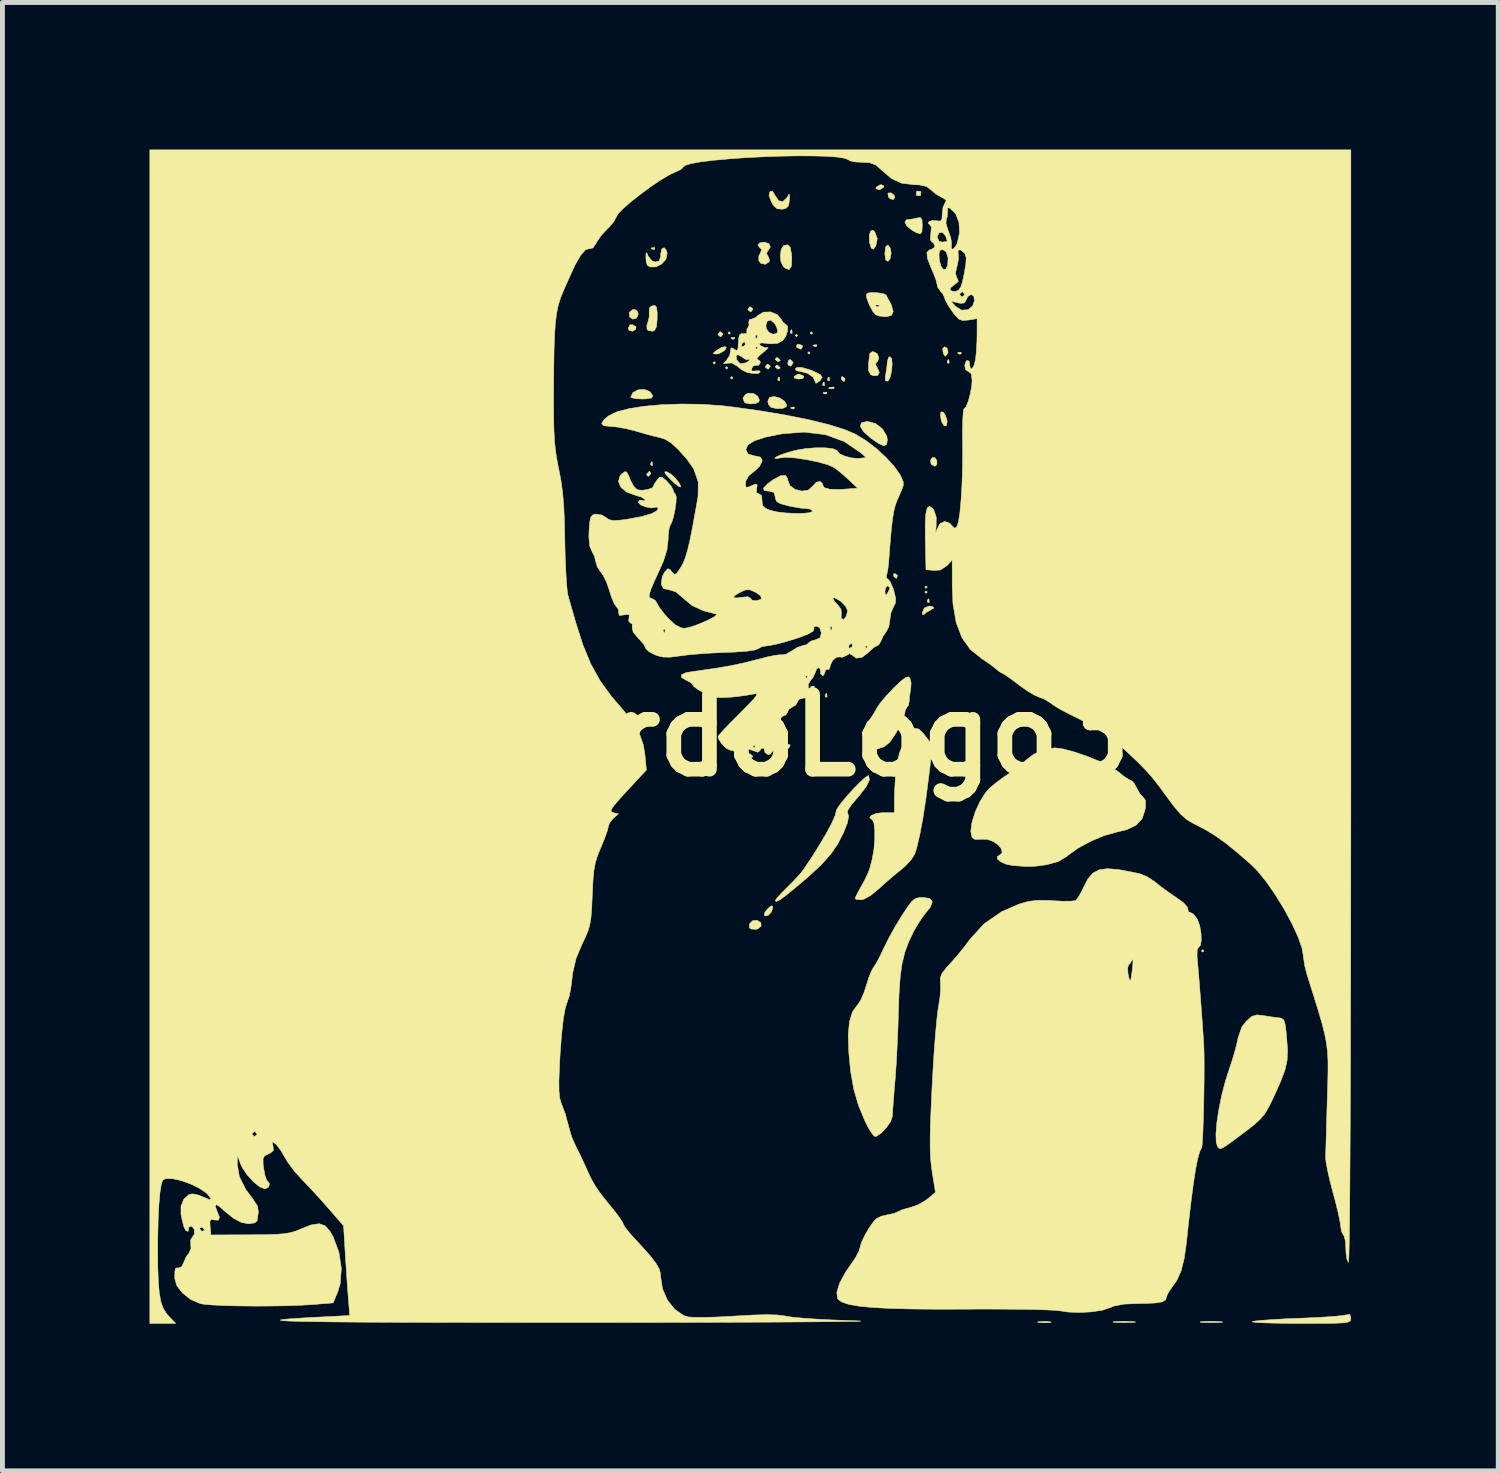
<source format=kicad_pcb>
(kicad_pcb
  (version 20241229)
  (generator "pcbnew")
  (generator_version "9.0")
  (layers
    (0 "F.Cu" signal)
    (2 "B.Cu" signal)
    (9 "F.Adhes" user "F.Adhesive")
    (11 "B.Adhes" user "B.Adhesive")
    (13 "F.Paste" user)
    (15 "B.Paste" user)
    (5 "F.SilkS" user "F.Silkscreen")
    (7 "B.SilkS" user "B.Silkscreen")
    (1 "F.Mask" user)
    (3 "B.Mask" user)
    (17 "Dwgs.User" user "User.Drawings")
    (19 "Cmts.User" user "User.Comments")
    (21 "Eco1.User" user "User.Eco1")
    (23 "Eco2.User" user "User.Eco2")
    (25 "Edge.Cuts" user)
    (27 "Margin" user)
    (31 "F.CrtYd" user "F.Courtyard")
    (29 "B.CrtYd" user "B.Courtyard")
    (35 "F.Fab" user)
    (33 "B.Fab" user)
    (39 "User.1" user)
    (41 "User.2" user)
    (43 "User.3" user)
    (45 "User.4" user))
  (footprint "RicardoLogo3"
    (layer "F.Cu")
    (at 12.248 11.943)
    (property "Reference" "RicardoLogo3" (at 0 0 0) (layer "F.SilkS") (effects (font (size 1.524 1.524) (thickness 0.3))))
    (attr through_hole)
    (fp_poly (pts (xy -0.711 -7.595) (xy -0.737 -7.569) (xy -0.762 -7.595) (xy -0.737 -7.62) (xy -0.711 -7.595)) (stroke (width 0.01) (type solid)) (fill yes) (layer "F.SilkS"))
    (fp_poly (pts (xy -0.457 -7.493) (xy -0.483 -7.468) (xy -0.508 -7.493) (xy -0.483 -7.518) (xy -0.457 -7.493)) (stroke (width 0.01) (type solid)) (fill yes) (layer "F.SilkS"))
    (fp_poly (pts (xy -0.406 -8.204) (xy -0.432 -8.179) (xy -0.457 -8.204) (xy -0.432 -8.23) (xy -0.406 -8.204)) (stroke (width 0.01) (type solid)) (fill yes) (layer "F.SilkS"))
    (fp_poly (pts (xy -0.356 -7.29) (xy -0.381 -7.264) (xy -0.406 -7.29) (xy -0.381 -7.315) (xy -0.356 -7.29)) (stroke (width 0.01) (type solid)) (fill yes) (layer "F.SilkS"))
    (fp_poly (pts (xy 0.66 0.076) (xy 0.635 0.102) (xy 0.61 0.076) (xy 0.635 0.051) (xy 0.66 0.076)) (stroke (width 0.01) (type solid)) (fill yes) (layer "F.SilkS"))
    (fp_poly (pts (xy 0.965 -8.153) (xy 0.94 -8.128) (xy 0.914 -8.153) (xy 0.94 -8.179) (xy 0.965 -8.153)) (stroke (width 0.01) (type solid)) (fill yes) (layer "F.SilkS"))
    (fp_poly (pts (xy 1.219 -7.798) (xy 1.194 -7.772) (xy 1.168 -7.798) (xy 1.194 -7.823) (xy 1.219 -7.798)) (stroke (width 0.01) (type solid)) (fill yes) (layer "F.SilkS"))
    (fp_poly (pts (xy 1.27 -8.204) (xy 1.245 -8.179) (xy 1.219 -8.204) (xy 1.245 -8.23) (xy 1.27 -8.204)) (stroke (width 0.01) (type solid)) (fill yes) (layer "F.SilkS"))
    (fp_poly (pts (xy 3.607 -3.023) (xy 3.581 -2.997) (xy 3.556 -3.023) (xy 3.581 -3.048) (xy 3.607 -3.023)) (stroke (width 0.01) (type solid)) (fill yes) (layer "F.SilkS"))
    (fp_poly (pts (xy 3.607 -2.921) (xy 3.581 -2.896) (xy 3.556 -2.921) (xy 3.581 -2.946) (xy 3.607 -2.921)) (stroke (width 0.01) (type solid)) (fill yes) (layer "F.SilkS"))
    (fp_poly (pts (xy 9.246 4.394) (xy 9.22 4.42) (xy 9.195 4.394) (xy 9.22 4.369) (xy 9.246 4.394)) (stroke (width 0.01) (type solid)) (fill yes) (layer "F.SilkS"))
    (fp_poly (pts (xy -1.998 -5.571) (xy -1.992 -5.511) (xy -1.998 -5.503) (xy -2.028 -5.51) (xy -2.032 -5.537) (xy -2.013 -5.579) (xy -1.998 -5.571)) (stroke (width 0.01) (type solid)) (fill yes) (layer "F.SilkS"))
    (fp_poly (pts (xy -1.947 -9.94) (xy -1.954 -9.91) (xy -1.981 -9.906) (xy -2.023 -9.925) (xy -2.015 -9.94) (xy -1.955 -9.946) (xy -1.947 -9.94)) (stroke (width 0.01) (type solid)) (fill yes) (layer "F.SilkS"))
    (fp_poly (pts (xy -0.322 -8.111) (xy -0.329 -8.081) (xy -0.356 -8.077) (xy -0.397 -8.096) (xy -0.389 -8.111) (xy -0.329 -8.117) (xy -0.322 -8.111)) (stroke (width 0.01) (type solid)) (fill yes) (layer "F.SilkS"))
    (fp_poly (pts (xy 0.593 -7.298) (xy 0.599 -7.238) (xy 0.593 -7.231) (xy 0.562 -7.238) (xy 0.559 -7.264) (xy 0.577 -7.306) (xy 0.593 -7.298)) (stroke (width 0.01) (type solid)) (fill yes) (layer "F.SilkS"))
    (fp_poly (pts (xy 0.847 -8.263) (xy 0.853 -8.203) (xy 0.847 -8.196) (xy 0.816 -8.203) (xy 0.813 -8.23) (xy 0.831 -8.271) (xy 0.847 -8.263)) (stroke (width 0.01) (type solid)) (fill yes) (layer "F.SilkS"))
    (fp_poly (pts (xy 0.897 -6.689) (xy 0.89 -6.658) (xy 0.864 -6.655) (xy 0.822 -6.673) (xy 0.83 -6.689) (xy 0.89 -6.695) (xy 0.897 -6.689)) (stroke (width 0.01) (type solid)) (fill yes) (layer "F.SilkS"))
    (fp_poly (pts (xy 1.304 -0.999) (xy 1.297 -0.969) (xy 1.27 -0.965) (xy 1.228 -0.984) (xy 1.236 -0.999) (xy 1.296 -1.005) (xy 1.304 -0.999)) (stroke (width 0.01) (type solid)) (fill yes) (layer "F.SilkS"))
    (fp_poly (pts (xy 1.355 -7.959) (xy 1.348 -7.928) (xy 1.321 -7.925) (xy 1.279 -7.943) (xy 1.287 -7.959) (xy 1.347 -7.965) (xy 1.355 -7.959)) (stroke (width 0.01) (type solid)) (fill yes) (layer "F.SilkS"))
    (fp_poly (pts (xy 1.507 -7.197) (xy 1.513 -7.136) (xy 1.507 -7.129) (xy 1.477 -7.136) (xy 1.473 -7.163) (xy 1.492 -7.205) (xy 1.507 -7.197)) (stroke (width 0.01) (type solid)) (fill yes) (layer "F.SilkS"))
    (fp_poly (pts (xy 1.558 -6.993) (xy 1.551 -6.963) (xy 1.524 -6.96) (xy 1.482 -6.978) (xy 1.49 -6.993) (xy 1.55 -7) (xy 1.558 -6.993)) (stroke (width 0.01) (type solid)) (fill yes) (layer "F.SilkS"))
    (fp_poly (pts (xy 1.558 -0.847) (xy 1.564 -0.786) (xy 1.558 -0.779) (xy 1.528 -0.786) (xy 1.524 -0.813) (xy 1.543 -0.855) (xy 1.558 -0.847)) (stroke (width 0.01) (type solid)) (fill yes) (layer "F.SilkS"))
    (fp_poly (pts (xy 1.609 -7.298) (xy 1.615 -7.238) (xy 1.609 -7.231) (xy 1.578 -7.238) (xy 1.575 -7.264) (xy 1.593 -7.306) (xy 1.609 -7.298)) (stroke (width 0.01) (type solid)) (fill yes) (layer "F.SilkS"))
    (fp_poly (pts (xy 1.713 -7.092) (xy 1.698 -7.069) (xy 1.647 -7.065) (xy 1.593 -7.078) (xy 1.616 -7.096) (xy 1.695 -7.102) (xy 1.713 -7.092)) (stroke (width 0.01) (type solid)) (fill yes) (layer "F.SilkS"))
    (fp_poly (pts (xy 3.641 -2.777) (xy 3.647 -2.717) (xy 3.641 -2.709) (xy 3.61 -2.716) (xy 3.607 -2.743) (xy 3.625 -2.785) (xy 3.641 -2.777)) (stroke (width 0.01) (type solid)) (fill yes) (layer "F.SilkS"))
    (fp_poly (pts (xy 4.047 -7.654) (xy 4.053 -7.594) (xy 4.047 -7.586) (xy 4.017 -7.593) (xy 4.013 -7.62) (xy 4.032 -7.662) (xy 4.047 -7.654)) (stroke (width 0.01) (type solid)) (fill yes) (layer "F.SilkS"))
    (fp_poly (pts (xy 4.301 -7.806) (xy 4.294 -7.776) (xy 4.267 -7.772) (xy 4.225 -7.791) (xy 4.233 -7.806) (xy 4.294 -7.812) (xy 4.301 -7.806)) (stroke (width 0.01) (type solid)) (fill yes) (layer "F.SilkS"))
    (fp_poly (pts (xy -2.329 -8.33) (xy -2.341 -8.272) (xy -2.41 -8.239) (xy -2.478 -8.263) (xy -2.489 -8.306) (xy -2.453 -8.37) (xy -2.4 -8.372) (xy -2.329 -8.33)) (stroke (width 0.01) (type solid)) (fill yes) (layer "F.SilkS"))
    (fp_poly (pts (xy -2.3 -8.645) (xy -2.286 -8.585) (xy -2.322 -8.503) (xy -2.399 -8.486) (xy -2.464 -8.534) (xy -2.47 -8.62) (xy -2.404 -8.679) (xy -2.359 -8.687) (xy -2.3 -8.645)) (stroke (width 0.01) (type solid)) (fill yes) (layer "F.SilkS"))
    (fp_poly (pts (xy -2.033 -5.345) (xy -2.032 -5.334) (xy -2.071 -5.285) (xy -2.086 -5.283) (xy -2.116 -5.314) (xy -2.108 -5.334) (xy -2.063 -5.382) (xy -2.054 -5.385) (xy -2.033 -5.345)) (stroke (width 0.01) (type solid)) (fill yes) (layer "F.SilkS"))
    (fp_poly (pts (xy -0.56 -8.191) (xy -0.559 -8.179) (xy -0.597 -8.129) (xy -0.61 -8.128) (xy -0.659 -8.167) (xy -0.66 -8.179) (xy -0.622 -8.228) (xy -0.61 -8.23) (xy -0.56 -8.191)) (stroke (width 0.01) (type solid)) (fill yes) (layer "F.SilkS"))
    (fp_poly (pts (xy 0 0.381) (xy 0.048 0.427) (xy 0.051 0.435) (xy 0.011 0.457) (xy 0 0.457) (xy -0.049 0.418) (xy -0.051 0.403) (xy -0.02 0.373) (xy 0 0.381)) (stroke (width 0.01) (type solid)) (fill yes) (layer "F.SilkS"))
    (fp_poly (pts (xy 0.049 -8.699) (xy 0.051 -8.687) (xy 0.012 -8.637) (xy 0 -8.636) (xy -0.049 -8.675) (xy -0.051 -8.687) (xy -0.012 -8.736) (xy 0 -8.738) (xy 0.049 -8.699)) (stroke (width 0.01) (type solid)) (fill yes) (layer "F.SilkS"))
    (fp_poly (pts (xy 0.405 -7.531) (xy 0.406 -7.518) (xy 0.368 -7.469) (xy 0.356 -7.468) (xy 0.306 -7.506) (xy 0.305 -7.518) (xy 0.343 -7.568) (xy 0.356 -7.569) (xy 0.405 -7.531)) (stroke (width 0.01) (type solid)) (fill yes) (layer "F.SilkS"))
    (fp_poly (pts (xy 0.559 -7.696) (xy 0.607 -7.651) (xy 0.61 -7.642) (xy 0.57 -7.621) (xy 0.559 -7.62) (xy 0.51 -7.659) (xy 0.508 -7.674) (xy 0.539 -7.704) (xy 0.559 -7.696)) (stroke (width 0.01) (type solid)) (fill yes) (layer "F.SilkS"))
    (fp_poly (pts (xy 0.559 -7.544) (xy 0.607 -7.498) (xy 0.61 -7.49) (xy 0.57 -7.468) (xy 0.559 -7.468) (xy 0.51 -7.507) (xy 0.508 -7.521) (xy 0.539 -7.552) (xy 0.559 -7.544)) (stroke (width 0.01) (type solid)) (fill yes) (layer "F.SilkS"))
    (fp_poly (pts (xy 0.812 0.197) (xy 0.789 0.251) (xy 0.715 0.299) (xy 0.673 0.305) (xy 0.624 0.296) (xy 0.657 0.256) (xy 0.689 0.233) (xy 0.779 0.182) (xy 0.812 0.197)) (stroke (width 0.01) (type solid)) (fill yes) (layer "F.SilkS"))
    (fp_poly (pts (xy 0.869 -7.609) (xy 0.871 -7.595) (xy 0.832 -7.535) (xy 0.817 -7.528) (xy 0.77 -7.553) (xy 0.762 -7.595) (xy 0.788 -7.658) (xy 0.817 -7.661) (xy 0.869 -7.609)) (stroke (width 0.01) (type solid)) (fill yes) (layer "F.SilkS"))
    (fp_poly (pts (xy 1.057 -7.949) (xy 1.067 -7.925) (xy 1.03 -7.875) (xy 1.019 -7.874) (xy 0.95 -7.911) (xy 0.94 -7.925) (xy 0.951 -7.968) (xy 0.988 -7.976) (xy 1.057 -7.949)) (stroke (width 0.01) (type solid)) (fill yes) (layer "F.SilkS"))
    (fp_poly (pts (xy 1.076 -7.334) (xy 1.092 -7.315) (xy 1.074 -7.278) (xy 0.991 -7.264) (xy 0.902 -7.28) (xy 0.889 -7.315) (xy 0.963 -7.362) (xy 0.991 -7.366) (xy 1.076 -7.334)) (stroke (width 0.01) (type solid)) (fill yes) (layer "F.SilkS"))
    (fp_poly (pts (xy 1.928 -7.278) (xy 1.93 -7.264) (xy 1.913 -7.215) (xy 1.908 -7.214) (xy 1.865 -7.249) (xy 1.854 -7.264) (xy 1.858 -7.311) (xy 1.877 -7.315) (xy 1.928 -7.278)) (stroke (width 0.01) (type solid)) (fill yes) (layer "F.SilkS"))
    (fp_poly (pts (xy 2.723 -11.201) (xy 2.718 -11.176) (xy 2.645 -11.13) (xy 2.61 -11.125) (xy 2.56 -11.151) (xy 2.565 -11.176) (xy 2.639 -11.222) (xy 2.673 -11.227) (xy 2.723 -11.201)) (stroke (width 0.01) (type solid)) (fill yes) (layer "F.SilkS"))
    (fp_poly (pts (xy 2.931 -11.013) (xy 2.946 -10.97) (xy 2.914 -10.925) (xy 2.85 -10.941) (xy 2.817 -10.976) (xy 2.804 -11.045) (xy 2.811 -11.057) (xy 2.87 -11.061) (xy 2.931 -11.013)) (stroke (width 0.01) (type solid)) (fill yes) (layer "F.SilkS"))
    (fp_poly (pts (xy 2.995 -3.265) (xy 2.997 -3.251) (xy 2.98 -3.202) (xy 2.975 -3.2) (xy 2.931 -3.236) (xy 2.921 -3.251) (xy 2.925 -3.298) (xy 2.943 -3.302) (xy 2.995 -3.265)) (stroke (width 0.01) (type solid)) (fill yes) (layer "F.SilkS"))
    (fp_poly (pts (xy 3.466 -11.092) (xy 3.477 -11.079) (xy 3.472 -11.012) (xy 3.459 -11.001) (xy 3.392 -11.006) (xy 3.381 -11.019) (xy 3.386 -11.086) (xy 3.399 -11.097) (xy 3.466 -11.092)) (stroke (width 0.01) (type solid)) (fill yes) (layer "F.SilkS"))
    (fp_poly (pts (xy 3.763 -5.662) (xy 3.804 -5.599) (xy 3.803 -5.523) (xy 3.762 -5.486) (xy 3.693 -5.523) (xy 3.683 -5.537) (xy 3.673 -5.613) (xy 3.713 -5.665) (xy 3.763 -5.662)) (stroke (width 0.01) (type solid)) (fill yes) (layer "F.SilkS"))
    (fp_poly (pts (xy 4.012 -7.896) (xy 4.031 -7.814) (xy 4.014 -7.773) (xy 3.972 -7.729) (xy 3.938 -7.777) (xy 3.933 -7.789) (xy 3.921 -7.882) (xy 3.957 -7.923) (xy 4.012 -7.896)) (stroke (width 0.01) (type solid)) (fill yes) (layer "F.SilkS"))
    (fp_poly (pts (xy 6.109 11.953) (xy 6.133 11.966) (xy 6.069 11.973) (xy 5.994 11.975) (xy 5.885 11.971) (xy 5.854 11.961) (xy 5.88 11.953) (xy 6.028 11.945) (xy 6.109 11.953)) (stroke (width 0.01) (type solid)) (fill yes) (layer "F.SilkS"))
    (fp_poly (pts (xy -0.489 -7.904) (xy -0.526 -7.849) (xy -0.631 -7.786) (xy -0.695 -7.774) (xy -0.756 -7.781) (xy -0.737 -7.812) (xy -0.689 -7.85) (xy -0.588 -7.91) (xy -0.514 -7.927) (xy -0.489 -7.904)) (stroke (width 0.01) (type solid)) (fill yes) (layer "F.SilkS"))
    (fp_poly (pts (xy 0.214 3.816) (xy 0.219 3.889) (xy 0.151 3.945) (xy 0.119 3.953) (xy 0.021 3.948) (xy -0.017 3.925) (xy -0.02 3.845) (xy 0.043 3.781) (xy 0.133 3.768) (xy 0.214 3.816)) (stroke (width 0.01) (type solid)) (fill yes) (layer "F.SilkS"))
    (fp_poly (pts (xy 0.455 3.487) (xy 0.457 3.517) (xy 0.429 3.601) (xy 0.368 3.666) (xy 0.305 3.683) (xy 0.285 3.667) (xy 0.297 3.603) (xy 0.357 3.53) (xy 0.43 3.473) (xy 0.455 3.487)) (stroke (width 0.01) (type solid)) (fill yes) (layer "F.SilkS"))
    (fp_poly (pts (xy 3.719 -2.627) (xy 3.74 -2.595) (xy 3.683 -2.562) (xy 3.583 -2.505) (xy 3.544 -2.468) (xy 3.513 -2.458) (xy 3.506 -2.503) (xy 3.547 -2.597) (xy 3.646 -2.638) (xy 3.719 -2.627)) (stroke (width 0.01) (type solid)) (fill yes) (layer "F.SilkS"))
    (fp_poly (pts (xy 2.539 -10.262) (xy 2.588 -10.126) (xy 2.56 -9.986) (xy 2.511 -9.912) (xy 2.464 -9.935) (xy 2.429 -10.048) (xy 2.428 -10.057) (xy 2.424 -10.194) (xy 2.451 -10.282) (xy 2.499 -10.301) (xy 2.539 -10.262)) (stroke (width 0.01) (type solid)) (fill yes) (layer "F.SilkS"))
    (fp_poly (pts (xy 2.807 -9.995) (xy 2.853 -9.934) (xy 2.87 -9.83) (xy 2.85 -9.719) (xy 2.807 -9.665) (xy 2.761 -9.69) (xy 2.743 -9.809) (xy 2.743 -9.83) (xy 2.757 -9.96) (xy 2.8 -9.997) (xy 2.807 -9.995)) (stroke (width 0.01) (type solid)) (fill yes) (layer "F.SilkS"))
    (fp_poly (pts (xy 3.932 -6.59) (xy 3.98 -6.519) (xy 4.01 -6.419) (xy 4.012 -6.388) (xy 3.994 -6.309) (xy 3.949 -6.312) (xy 3.902 -6.39) (xy 3.889 -6.432) (xy 3.875 -6.541) (xy 3.886 -6.596) (xy 3.932 -6.59)) (stroke (width 0.01) (type solid)) (fill yes) (layer "F.SilkS"))
    (fp_poly (pts (xy 7.811 11.952) (xy 7.855 11.961) (xy 7.809 11.968) (xy 7.682 11.971) (xy 7.62 11.972) (xy 7.467 11.97) (xy 7.391 11.964) (xy 7.403 11.955) (xy 7.429 11.952) (xy 7.62 11.944) (xy 7.811 11.952)) (stroke (width 0.01) (type solid)) (fill yes) (layer "F.SilkS"))
    (fp_poly (pts (xy 9.588 11.952) (xy 9.633 11.961) (xy 9.587 11.968) (xy 9.46 11.971) (xy 9.398 11.972) (xy 9.245 11.97) (xy 9.169 11.964) (xy 9.181 11.955) (xy 9.207 11.952) (xy 9.398 11.944) (xy 9.588 11.952)) (stroke (width 0.01) (type solid)) (fill yes) (layer "F.SilkS"))
    (fp_poly (pts (xy -1.63 -5.335) (xy -1.539 -5.253) (xy -1.461 -5.16) (xy -1.421 -5.085) (xy -1.426 -5.062) (xy -1.471 -5.082) (xy -1.562 -5.157) (xy -1.626 -5.217) (xy -1.723 -5.321) (xy -1.747 -5.371) (xy -1.707 -5.376) (xy -1.63 -5.335)) (stroke (width 0.01) (type solid)) (fill yes) (layer "F.SilkS"))
    (fp_poly (pts (xy 0.065 -6.971) (xy 0.151 -6.915) (xy 0.184 -6.836) (xy 0.173 -6.8) (xy 0.105 -6.766) (xy -0.006 -6.758) (xy -0.101 -6.778) (xy -0.119 -6.79) (xy -0.152 -6.876) (xy -0.099 -6.952) (xy -0.038 -6.978) (xy 0.065 -6.971)) (stroke (width 0.01) (type solid)) (fill yes) (layer "F.SilkS"))
    (fp_poly (pts (xy -2.055 -7.012) (xy -2.042 -7) (xy -1.987 -6.923) (xy -2.016 -6.878) (xy -2.135 -6.86) (xy -2.21 -6.858) (xy -2.346 -6.866) (xy -2.428 -6.887) (xy -2.438 -6.899) (xy -2.395 -6.988) (xy -2.292 -7.044) (xy -2.166 -7.055) (xy -2.055 -7.012)) (stroke (width 0.01) (type solid)) (fill yes) (layer "F.SilkS"))
    (fp_poly (pts (xy 0.594 -6.882) (xy 0.692 -6.818) (xy 0.741 -6.742) (xy 0.734 -6.702) (xy 0.663 -6.667) (xy 0.542 -6.662) (xy 0.419 -6.688) (xy 0.419 -6.688) (xy 0.366 -6.754) (xy 0.356 -6.811) (xy 0.389 -6.889) (xy 0.479 -6.909) (xy 0.594 -6.882)) (stroke (width 0.01) (type solid)) (fill yes) (layer "F.SilkS"))
    (fp_poly (pts (xy 0.812 -9.953) (xy 0.837 -9.827) (xy 0.845 -9.727) (xy 0.838 -9.567) (xy 0.793 -9.498) (xy 0.713 -9.523) (xy 0.671 -9.561) (xy 0.623 -9.658) (xy 0.61 -9.791) (xy 0.631 -9.915) (xy 0.683 -9.988) (xy 0.688 -9.99) (xy 0.765 -10.002) (xy 0.812 -9.953)) (stroke (width 0.01) (type solid)) (fill yes) (layer "F.SilkS"))
    (fp_poly (pts (xy 2.552 -6.358) (xy 2.692 -6.25) (xy 2.78 -6.106) (xy 2.794 -6.022) (xy 2.777 -5.929) (xy 2.72 -5.905) (xy 2.612 -5.952) (xy 2.454 -6.062) (xy 2.306 -6.195) (xy 2.242 -6.3) (xy 2.263 -6.371) (xy 2.371 -6.4) (xy 2.39 -6.401) (xy 2.552 -6.358)) (stroke (width 0.01) (type solid)) (fill yes) (layer "F.SilkS"))
    (fp_poly (pts (xy 2.881 -7.679) (xy 2.891 -7.573) (xy 2.881 -7.44) (xy 2.855 -7.316) (xy 2.816 -7.235) (xy 2.799 -7.223) (xy 2.754 -7.229) (xy 2.75 -7.302) (xy 2.761 -7.366) (xy 2.784 -7.512) (xy 2.794 -7.626) (xy 2.818 -7.705) (xy 2.848 -7.722) (xy 2.881 -7.679)) (stroke (width 0.01) (type solid)) (fill yes) (layer "F.SilkS"))
    (fp_poly (pts (xy 3.499 -10.513) (xy 3.505 -10.395) (xy 3.498 -10.269) (xy 3.463 -10.225) (xy 3.378 -10.253) (xy 3.289 -10.304) (xy 3.19 -10.386) (xy 3.15 -10.462) (xy 3.178 -10.51) (xy 3.213 -10.516) (xy 3.311 -10.529) (xy 3.391 -10.548) (xy 3.467 -10.557) (xy 3.499 -10.513)) (stroke (width 0.01) (type solid)) (fill yes) (layer "F.SilkS"))
    (fp_poly (pts (xy -1.912 -8.727) (xy -1.899 -8.619) (xy -1.9 -8.484) (xy -1.915 -8.33) (xy -1.955 -8.255) (xy -1.989 -8.24) (xy -2.079 -8.253) (xy -2.106 -8.277) (xy -2.111 -8.359) (xy -2.088 -8.424) (xy -2.058 -8.551) (xy -2.064 -8.621) (xy -2.055 -8.721) (xy -2.012 -8.754) (xy -1.947 -8.766) (xy -1.912 -8.727)) (stroke (width 0.01) (type solid)) (fill yes) (layer "F.SilkS"))
    (fp_poly (pts (xy 1.067 -7.497) (xy 1.226 -7.449) (xy 1.308 -7.415) (xy 1.431 -7.351) (xy 1.466 -7.298) (xy 1.422 -7.235) (xy 1.397 -7.214) (xy 1.336 -7.176) (xy 1.321 -7.214) (xy 1.321 -7.214) (xy 1.277 -7.305) (xy 1.169 -7.38) (xy 1.036 -7.415) (xy 1.029 -7.415) (xy 0.939 -7.436) (xy 0.914 -7.469) (xy 0.956 -7.505) (xy 1.067 -7.497)) (stroke (width 0.01) (type solid)) (fill yes) (layer "F.SilkS"))
    (fp_poly (pts (xy 2.584 -7.785) (xy 2.619 -7.703) (xy 2.597 -7.626) (xy 2.583 -7.615) (xy 2.547 -7.566) (xy 2.586 -7.499) (xy 2.629 -7.4) (xy 2.594 -7.336) (xy 2.505 -7.332) (xy 2.451 -7.357) (xy 2.409 -7.439) (xy 2.409 -7.573) (xy 2.425 -7.701) (xy 2.435 -7.781) (xy 2.435 -7.785) (xy 2.479 -7.82) (xy 2.509 -7.823) (xy 2.584 -7.785)) (stroke (width 0.01) (type solid)) (fill yes) (layer "F.SilkS"))
    (fp_poly (pts (xy 0.377 -10.027) (xy 0.409 -9.957) (xy 0.36 -9.883) (xy 0.353 -9.879) (xy 0.33 -9.822) (xy 0.358 -9.777) (xy 0.391 -9.692) (xy 0.382 -9.654) (xy 0.304 -9.604) (xy 0.213 -9.625) (xy 0.171 -9.678) (xy 0.174 -9.779) (xy 0.2 -9.826) (xy 0.23 -9.901) (xy 0.206 -9.93) (xy 0.153 -9.993) (xy 0.189 -10.042) (xy 0.279 -10.058) (xy 0.377 -10.027)) (stroke (width 0.01) (type solid)) (fill yes) (layer "F.SilkS"))
    (fp_poly (pts (xy -1.71 -9.884) (xy -1.696 -9.828) (xy -1.72 -9.71) (xy -1.807 -9.612) (xy -1.925 -9.552) (xy -2.043 -9.55) (xy -2.1 -9.584) (xy -2.124 -9.656) (xy -2.13 -9.749) (xy -2.126 -9.84) (xy -2.109 -9.833) (xy -2.081 -9.766) (xy -2.004 -9.674) (xy -1.932 -9.652) (xy -1.857 -9.674) (xy -1.83 -9.76) (xy -1.829 -9.809) (xy -1.806 -9.918) (xy -1.757 -9.944) (xy -1.71 -9.884)) (stroke (width 0.01) (type solid)) (fill yes) (layer "F.SilkS"))
    (fp_poly (pts (xy 0.503 -11.01) (xy 0.505 -11.006) (xy 0.578 -10.899) (xy 0.665 -10.886) (xy 0.75 -10.966) (xy 0.778 -11.024) (xy 0.795 -11.031) (xy 0.8 -10.956) (xy 0.798 -10.922) (xy 0.779 -10.799) (xy 0.724 -10.744) (xy 0.651 -10.728) (xy 0.544 -10.737) (xy 0.467 -10.81) (xy 0.43 -10.874) (xy 0.38 -11.009) (xy 0.4 -11.088) (xy 0.4 -11.089) (xy 0.452 -11.097) (xy 0.503 -11.01)) (stroke (width 0.01) (type solid)) (fill yes) (layer "F.SilkS"))
    (fp_poly (pts (xy 2.608 -9.022) (xy 2.717 -9.003) (xy 2.765 -8.981) (xy 2.874 -8.779) (xy 2.912 -8.642) (xy 2.878 -8.564) (xy 2.773 -8.535) (xy 2.752 -8.535) (xy 2.627 -8.55) (xy 2.555 -8.575) (xy 2.497 -8.644) (xy 2.43 -8.768) (xy 2.428 -8.771) (xy 2.557 -8.771) (xy 2.564 -8.741) (xy 2.591 -8.738) (xy 2.633 -8.756) (xy 2.625 -8.771) (xy 2.564 -8.778) (xy 2.557 -8.771) (xy 2.428 -8.771) (xy 2.414 -8.804) (xy 2.368 -8.93) (xy 2.368 -8.994) (xy 2.404 -9.021) (xy 2.488 -9.03) (xy 2.608 -9.022)) (stroke (width 0.01) (type solid)) (fill yes) (layer "F.SilkS"))
    (fp_poly (pts (xy 12.243 11.877) (xy 12.243 11.882) (xy 12.24 11.918) (xy 12.222 11.945) (xy 12.176 11.964) (xy 12.09 11.977) (xy 11.95 11.984) (xy 11.742 11.988) (xy 11.455 11.989) (xy 11.218 11.989) (xy 10.911 11.987) (xy 10.644 11.982) (xy 10.432 11.975) (xy 10.289 11.966) (xy 10.23 11.956) (xy 10.23 11.953) (xy 10.29 11.94) (xy 10.434 11.925) (xy 10.646 11.91) (xy 10.909 11.895) (xy 11.165 11.885) (xy 11.463 11.872) (xy 11.729 11.857) (xy 11.946 11.841) (xy 12.095 11.825) (xy 12.154 11.814) (xy 12.223 11.805) (xy 12.243 11.877)) (stroke (width 0.01) (type solid)) (fill yes) (layer "F.SilkS"))
    (fp_poly (pts (xy 3.253 -1.168) (xy 3.278 -1.066) (xy 3.268 -0.94) (xy 3.245 -0.8) (xy 3.24 -0.7) (xy 3.22 -0.608) (xy 3.197 -0.582) (xy 3.157 -0.512) (xy 3.15 -0.456) (xy 3.121 -0.346) (xy 3.047 -0.185) (xy 2.941 -0.004) (xy 2.845 0.136) (xy 2.73 0.23) (xy 2.587 0.278) (xy 2.459 0.266) (xy 2.444 0.257) (xy 2.398 0.176) (xy 2.409 0.074) (xy 2.415 -0.057) (xy 2.379 -0.107) (xy 2.347 -0.154) (xy 2.38 -0.237) (xy 2.415 -0.289) (xy 2.509 -0.434) (xy 2.585 -0.566) (xy 2.654 -0.668) (xy 2.774 -0.81) (xy 2.918 -0.962) (xy 2.929 -0.973) (xy 3.073 -1.11) (xy 3.166 -1.181) (xy 3.222 -1.195) (xy 3.253 -1.168)) (stroke (width 0.01) (type solid)) (fill yes) (layer "F.SilkS"))
    (fp_poly (pts (xy 10.453 5.712) (xy 10.616 5.738) (xy 10.76 5.756) (xy 10.77 5.756) (xy 10.835 5.768) (xy 10.876 5.805) (xy 10.903 5.89) (xy 10.923 6.045) (xy 10.933 6.147) (xy 10.952 6.416) (xy 10.943 6.627) (xy 10.9 6.822) (xy 10.817 7.041) (xy 10.787 7.112) (xy 10.669 7.373) (xy 10.577 7.564) (xy 10.493 7.706) (xy 10.4 7.82) (xy 10.282 7.929) (xy 10.121 8.055) (xy 10.003 8.144) (xy 9.816 8.283) (xy 9.693 8.371) (xy 9.618 8.415) (xy 9.574 8.425) (xy 9.545 8.41) (xy 9.533 8.399) (xy 9.499 8.304) (xy 9.492 8.132) (xy 9.51 7.901) (xy 9.551 7.629) (xy 9.61 7.337) (xy 9.687 7.043) (xy 9.76 6.815) (xy 9.834 6.592) (xy 9.895 6.379) (xy 9.935 6.212) (xy 9.941 6.172) (xy 10.021 5.943) (xy 10.115 5.823) (xy 10.226 5.728) (xy 10.328 5.698) (xy 10.453 5.712)) (stroke (width 0.01) (type solid)) (fill yes) (layer "F.SilkS"))
    (fp_poly (pts (xy 2.429 0.906) (xy 2.361 1.047) (xy 2.208 1.243) (xy 2.161 1.296) (xy 2.053 1.426) (xy 1.988 1.525) (xy 1.979 1.574) (xy 1.979 1.574) (xy 2.005 1.646) (xy 1.977 1.788) (xy 1.9 1.983) (xy 1.783 2.21) (xy 1.641 2.419) (xy 1.444 2.639) (xy 1.175 2.888) (xy 1.145 2.914) (xy 0.898 3.122) (xy 0.719 3.267) (xy 0.599 3.354) (xy 0.531 3.387) (xy 0.508 3.373) (xy 0.508 3.369) (xy 0.542 3.317) (xy 0.632 3.218) (xy 0.75 3.1) (xy 0.891 2.958) (xy 1.014 2.824) (xy 1.079 2.743) (xy 1.253 2.483) (xy 1.414 2.226) (xy 1.553 1.99) (xy 1.66 1.789) (xy 1.728 1.638) (xy 1.748 1.554) (xy 1.747 1.549) (xy 1.77 1.492) (xy 1.845 1.387) (xy 1.956 1.253) (xy 2.084 1.11) (xy 2.212 0.978) (xy 2.321 0.875) (xy 2.394 0.823) (xy 2.412 0.822) (xy 2.429 0.906)) (stroke (width 0.01) (type solid)) (fill yes) (layer "F.SilkS"))
    (fp_poly (pts (xy 3.435 -0.129) (xy 3.529 -0.037) (xy 3.578 0.025) (xy 3.713 0.203) (xy 3.636 0.851) (xy 3.579 1.288) (xy 3.519 1.681) (xy 3.456 2.016) (xy 3.396 2.277) (xy 3.354 2.413) (xy 3.28 2.533) (xy 3.157 2.667) (xy 3.084 2.728) (xy 2.926 2.856) (xy 2.743 3.014) (xy 2.625 3.122) (xy 2.454 3.263) (xy 2.314 3.341) (xy 2.256 3.353) (xy 2.163 3.344) (xy 2.134 3.329) (xy 2.156 3.274) (xy 2.212 3.166) (xy 2.23 3.133) (xy 2.331 2.95) (xy 2.395 2.817) (xy 2.438 2.7) (xy 2.475 2.56) (xy 2.483 2.527) (xy 2.519 2.327) (xy 2.536 2.12) (xy 2.537 1.932) (xy 2.52 1.79) (xy 2.486 1.718) (xy 2.48 1.716) (xy 2.432 1.677) (xy 2.464 1.633) (xy 2.555 1.595) (xy 2.686 1.575) (xy 2.716 1.575) (xy 2.936 1.575) (xy 2.938 1.193) (xy 2.965 0.733) (xy 3.04 0.356) (xy 3.164 0.066) (xy 3.282 -0.089) (xy 3.36 -0.143) (xy 3.435 -0.129)) (stroke (width 0.01) (type solid)) (fill yes) (layer "F.SilkS"))
    (fp_poly (pts (xy 3.659 3.325) (xy 3.71 3.392) (xy 3.669 3.503) (xy 3.588 3.604) (xy 3.495 3.725) (xy 3.389 3.891) (xy 3.334 3.988) (xy 3.229 4.206) (xy 3.15 4.42) (xy 3.093 4.653) (xy 3.055 4.924) (xy 3.032 5.255) (xy 3.019 5.632) (xy 3.009 5.974) (xy 2.993 6.337) (xy 2.975 6.684) (xy 2.955 6.979) (xy 2.948 7.055) (xy 2.928 7.3) (xy 2.911 7.518) (xy 2.9 7.683) (xy 2.896 7.764) (xy 2.862 7.867) (xy 2.778 7.992) (xy 2.673 8.104) (xy 2.574 8.172) (xy 2.541 8.179) (xy 2.493 8.136) (xy 2.42 8.024) (xy 2.338 7.866) (xy 2.336 7.861) (xy 2.203 7.538) (xy 2.109 7.215) (xy 2.045 6.856) (xy 2.008 6.469) (xy 1.996 6.112) (xy 2.02 5.839) (xy 2.082 5.637) (xy 2.184 5.495) (xy 2.193 5.486) (xy 2.251 5.398) (xy 2.316 5.247) (xy 2.362 5.105) (xy 2.418 4.931) (xy 2.476 4.789) (xy 2.515 4.724) (xy 2.57 4.64) (xy 2.647 4.495) (xy 2.718 4.343) (xy 2.815 4.148) (xy 2.943 3.915) (xy 3.077 3.693) (xy 3.091 3.671) (xy 3.209 3.493) (xy 3.293 3.384) (xy 3.364 3.327) (xy 3.441 3.306) (xy 3.518 3.303) (xy 3.659 3.325)) (stroke (width 0.01) (type solid)) (fill yes) (layer "F.SilkS"))
    (fp_poly (pts (xy 6.379 0.277) (xy 6.61 0.339) (xy 6.868 0.427) (xy 7.122 0.53) (xy 7.341 0.637) (xy 7.493 0.736) (xy 7.501 0.742) (xy 7.624 0.84) (xy 7.721 0.902) (xy 7.754 0.913) (xy 7.81 0.956) (xy 7.871 1.059) (xy 7.874 1.068) (xy 7.94 1.188) (xy 8.009 1.261) (xy 8.01 1.262) (xy 8.054 1.321) (xy 8.057 1.44) (xy 8.047 1.516) (xy 7.988 1.698) (xy 7.868 1.829) (xy 7.674 1.922) (xy 7.46 1.974) (xy 7.212 2.044) (xy 6.938 2.159) (xy 6.678 2.3) (xy 6.473 2.447) (xy 6.449 2.468) (xy 6.279 2.571) (xy 6.043 2.636) (xy 5.879 2.66) (xy 5.75 2.672) (xy 5.617 2.672) (xy 5.437 2.66) (xy 5.351 2.653) (xy 5.213 2.626) (xy 5.101 2.576) (xy 5.035 2.519) (xy 5.036 2.469) (xy 5.067 2.451) (xy 5.132 2.397) (xy 5.123 2.32) (xy 5.057 2.236) (xy 4.953 2.163) (xy 4.829 2.119) (xy 4.715 2.118) (xy 4.576 2.12) (xy 4.521 2.082) (xy 4.494 1.957) (xy 4.518 1.776) (xy 4.582 1.567) (xy 4.678 1.355) (xy 4.795 1.169) (xy 4.877 1.076) (xy 4.992 0.979) (xy 5.151 0.861) (xy 5.258 0.789) (xy 5.416 0.678) (xy 5.552 0.569) (xy 5.612 0.511) (xy 5.779 0.382) (xy 5.995 0.289) (xy 6.205 0.254) (xy 6.379 0.277)) (stroke (width 0.01) (type solid)) (fill yes) (layer "F.SilkS"))
    (fp_poly (pts (xy 0.548 -8.579) (xy 0.61 -8.509) (xy 0.672 -8.417) (xy 0.72 -8.382) (xy 0.76 -8.343) (xy 0.759 -8.251) (xy 0.724 -8.142) (xy 0.662 -8.053) (xy 0.555 -7.992) (xy 0.407 -7.984) (xy 0.354 -7.99) (xy 0.228 -8.002) (xy 0.184 -7.988) (xy 0.204 -7.949) (xy 0.296 -7.904) (xy 0.347 -7.909) (xy 0.363 -7.901) (xy 0.309 -7.847) (xy 0.257 -7.805) (xy 0.165 -7.725) (xy 0.132 -7.677) (xy 0.143 -7.671) (xy 0.197 -7.63) (xy 0.203 -7.596) (xy 0.168 -7.544) (xy 0.134 -7.548) (xy 0.06 -7.532) (xy 0.031 -7.49) (xy 0.025 -7.429) (xy 0.092 -7.429) (xy 0.101 -7.431) (xy 0.182 -7.434) (xy 0.203 -7.412) (xy 0.159 -7.377) (xy 0.036 -7.38) (xy -0.075 -7.403) (xy -0.19 -7.462) (xy -0.257 -7.522) (xy -0.377 -7.592) (xy -0.461 -7.588) (xy -0.544 -7.575) (xy -0.538 -7.598) (xy -0.495 -7.635) (xy -0.432 -7.729) (xy -0.292 -7.729) (xy -0.275 -7.653) (xy -0.207 -7.577) (xy -0.097 -7.594) (xy -0.051 -7.62) (xy -0.005 -7.661) (xy -0.013 -7.67) (xy -0.068 -7.658) (xy -0.116 -7.676) (xy -0.171 -7.716) (xy -0.258 -7.764) (xy -0.292 -7.729) (xy -0.432 -7.729) (xy -0.423 -7.743) (xy -0.406 -7.822) (xy -0.396 -7.9) (xy -0.352 -7.891) (xy -0.33 -7.874) (xy -0.274 -7.843) (xy -0.252 -7.892) (xy -0.251 -7.899) (xy 0.102 -7.899) (xy 0.127 -7.874) (xy 0.152 -7.899) (xy 0.127 -7.925) (xy 0.102 -7.899) (xy -0.251 -7.899) (xy -0.248 -7.944) (xy -0.245 -7.976) (xy -0.178 -7.976) (xy -0.174 -7.929) (xy -0.155 -7.925) (xy -0.104 -7.962) (xy -0.102 -7.976) (xy -0.119 -8.025) (xy -0.124 -8.026) (xy -0.167 -7.991) (xy -0.178 -7.976) (xy -0.245 -7.976) (xy -0.237 -8.097) (xy -0.228 -8.128) (xy 0.102 -8.128) (xy 0.12 -8.086) (xy 0.135 -8.094) (xy 0.142 -8.154) (xy 0.135 -8.162) (xy 0.105 -8.155) (xy 0.102 -8.128) (xy -0.228 -8.128) (xy -0.216 -8.172) (xy -0.175 -8.192) (xy -0.133 -8.188) (xy -0.071 -8.196) (xy -0.072 -8.223) (xy -0.069 -8.291) (xy -0.054 -8.304) (xy -0.031 -8.357) (xy 0.316 -8.357) (xy 0.329 -8.286) (xy 0.384 -8.212) (xy 0.467 -8.179) (xy 0.538 -8.196) (xy 0.559 -8.245) (xy 0.531 -8.336) (xy 0.486 -8.41) (xy 0.407 -8.468) (xy 0.343 -8.444) (xy 0.316 -8.357) (xy -0.031 -8.357) (xy -0.025 -8.37) (xy -0.033 -8.409) (xy -0.024 -8.473) (xy 0.014 -8.484) (xy 0.108 -8.52) (xy 0.152 -8.56) (xy 0.268 -8.629) (xy 0.414 -8.634) (xy 0.548 -8.579)) (stroke (width 0.01) (type solid)) (fill yes) (layer "F.SilkS"))
    (fp_poly (pts (xy 7.514 2.737) (xy 7.821 2.795) (xy 7.95 2.824) (xy 8.091 2.882) (xy 8.238 2.978) (xy 8.259 2.995) (xy 8.39 3.1) (xy 8.563 3.224) (xy 8.679 3.302) (xy 8.827 3.41) (xy 8.909 3.498) (xy 8.919 3.54) (xy 8.934 3.599) (xy 8.966 3.607) (xy 9.038 3.648) (xy 9.113 3.748) (xy 9.117 3.757) (xy 9.163 3.885) (xy 9.188 4.036) (xy 9.193 4.18) (xy 9.175 4.284) (xy 9.14 4.318) (xy 9.11 4.365) (xy 9.107 4.506) (xy 9.118 4.636) (xy 9.132 4.789) (xy 9.151 5.016) (xy 9.172 5.29) (xy 9.194 5.583) (xy 9.215 5.868) (xy 9.232 6.118) (xy 9.244 6.304) (xy 9.246 6.35) (xy 9.251 6.522) (xy 9.252 6.752) (xy 9.251 7.019) (xy 9.247 7.306) (xy 9.242 7.594) (xy 9.234 7.865) (xy 9.226 8.099) (xy 9.217 8.278) (xy 9.207 8.384) (xy 9.202 8.404) (xy 9.161 8.488) (xy 9.119 8.636) (xy 9.076 8.855) (xy 9.031 9.15) (xy 8.981 9.53) (xy 8.927 10) (xy 8.891 10.338) (xy 8.845 10.667) (xy 8.782 10.917) (xy 8.694 11.113) (xy 8.602 11.243) (xy 8.523 11.356) (xy 8.484 11.445) (xy 8.484 11.454) (xy 8.463 11.512) (xy 8.391 11.55) (xy 8.253 11.572) (xy 8.035 11.582) (xy 7.908 11.583) (xy 7.618 11.595) (xy 7.415 11.634) (xy 7.341 11.665) (xy 7.181 11.718) (xy 6.957 11.753) (xy 6.707 11.766) (xy 6.467 11.756) (xy 6.325 11.733) (xy 6.226 11.722) (xy 6.039 11.713) (xy 5.778 11.705) (xy 5.456 11.7) (xy 5.087 11.697) (xy 4.683 11.696) (xy 4.394 11.698) (xy 3.779 11.699) (xy 3.259 11.694) (xy 2.828 11.682) (xy 2.48 11.663) (xy 2.208 11.636) (xy 2.007 11.6) (xy 1.871 11.555) (xy 1.792 11.501) (xy 1.778 11.48) (xy 1.763 11.352) (xy 1.819 11.17) (xy 1.939 10.947) (xy 2.044 10.795) (xy 2.145 10.646) (xy 2.213 10.517) (xy 2.234 10.448) (xy 2.262 10.345) (xy 2.332 10.196) (xy 2.424 10.038) (xy 2.517 9.907) (xy 2.568 9.853) (xy 2.671 9.802) (xy 2.802 9.772) (xy 2.932 9.745) (xy 3.017 9.707) (xy 3.102 9.668) (xy 3.237 9.631) (xy 3.259 9.626) (xy 3.422 9.569) (xy 3.585 9.473) (xy 3.609 9.454) (xy 3.774 9.316) (xy 3.707 8.901) (xy 3.686 8.75) (xy 3.672 8.588) (xy 3.666 8.401) (xy 3.666 8.171) (xy 3.673 7.884) (xy 3.688 7.524) (xy 3.704 7.177) (xy 3.725 6.801) (xy 3.748 6.441) (xy 3.773 6.114) (xy 3.797 5.839) (xy 3.82 5.633) (xy 3.835 5.537) (xy 3.866 5.338) (xy 3.88 5.155) (xy 3.876 5.047) (xy 3.873 4.943) (xy 3.91 4.847) (xy 3.994 4.741) (xy 7.692 4.741) (xy 7.7 4.859) (xy 7.702 4.869) (xy 7.727 4.978) (xy 7.745 5.006) (xy 7.763 4.948) (xy 7.784 4.797) (xy 7.79 4.75) (xy 7.801 4.622) (xy 7.799 4.563) (xy 7.789 4.572) (xy 7.736 4.657) (xy 7.713 4.677) (xy 7.692 4.741) (xy 3.994 4.741) (xy 4.004 4.729) (xy 4.062 4.666) (xy 4.209 4.501) (xy 4.371 4.301) (xy 4.48 4.154) (xy 4.764 3.842) (xy 5.123 3.594) (xy 5.482 3.438) (xy 5.67 3.385) (xy 5.855 3.362) (xy 6.082 3.365) (xy 6.172 3.371) (xy 6.37 3.381) (xy 6.53 3.38) (xy 6.625 3.369) (xy 6.635 3.364) (xy 6.687 3.299) (xy 6.757 3.174) (xy 6.792 3.099) (xy 6.881 2.927) (xy 6.982 2.808) (xy 7.111 2.74) (xy 7.283 2.717) (xy 7.514 2.737)) (stroke (width 0.01) (type solid)) (fill yes) (layer "F.SilkS"))
    (fp_poly (pts (xy -0.992 -6.75) (xy -0.584 -6.722) (xy -0.406 -6.702) (xy 0.174 -6.622) (xy 0.707 -6.533) (xy 1.182 -6.438) (xy 1.588 -6.339) (xy 1.914 -6.238) (xy 2.134 -6.146) (xy 2.351 -6.015) (xy 2.566 -5.851) (xy 2.765 -5.668) (xy 2.934 -5.482) (xy 3.056 -5.31) (xy 3.118 -5.167) (xy 3.118 -5.093) (xy 3.079 -4.992) (xy 3.018 -4.848) (xy 2.996 -4.801) (xy 2.959 -4.703) (xy 2.927 -4.58) (xy 2.9 -4.418) (xy 2.874 -4.201) (xy 2.849 -3.912) (xy 2.821 -3.547) (xy 2.805 -3.394) (xy 2.783 -3.284) (xy 2.773 -3.259) (xy 2.781 -3.201) (xy 2.802 -3.189) (xy 2.85 -3.133) (xy 2.905 -3.012) (xy 2.926 -2.948) (xy 2.962 -2.798) (xy 2.959 -2.701) (xy 2.918 -2.622) (xy 2.865 -2.495) (xy 2.845 -2.355) (xy 2.824 -2.218) (xy 2.775 -2.122) (xy 2.703 -2.017) (xy 2.67 -1.941) (xy 2.624 -1.853) (xy 2.585 -1.829) (xy 2.521 -1.795) (xy 2.426 -1.71) (xy 2.405 -1.689) (xy 2.275 -1.59) (xy 2.157 -1.575) (xy 2.074 -1.64) (xy 2.018 -1.665) (xy 1.962 -1.631) (xy 1.874 -1.592) (xy 1.831 -1.599) (xy 1.757 -1.595) (xy 1.679 -1.528) (xy 1.63 -1.432) (xy 1.626 -1.398) (xy 1.602 -1.342) (xy 1.575 -1.346) (xy 1.531 -1.335) (xy 1.524 -1.298) (xy 1.496 -1.229) (xy 1.471 -1.219) (xy 1.432 -1.258) (xy 1.433 -1.292) (xy 1.418 -1.366) (xy 1.398 -1.381) (xy 1.35 -1.352) (xy 1.33 -1.295) (xy 1.277 -1.179) (xy 1.234 -1.132) (xy 1.179 -1.038) (xy 1.186 -0.917) (xy 1.198 -0.809) (xy 1.162 -0.768) (xy 1.091 -0.762) (xy 0.991 -0.736) (xy 0.965 -0.689) (xy 0.923 -0.617) (xy 0.864 -0.584) (xy 0.781 -0.528) (xy 0.762 -0.479) (xy 0.721 -0.415) (xy 0.686 -0.406) (xy 0.628 -0.367) (xy 0.611 -0.281) (xy 0.64 -0.197) (xy 0.664 -0.175) (xy 0.673 -0.126) (xy 0.612 -0.067) (xy 0.535 0.01) (xy 0.515 0.067) (xy 0.51 0.193) (xy 0.467 0.31) (xy 0.404 0.385) (xy 0.362 0.393) (xy 0.297 0.348) (xy 0.292 0.314) (xy 0.276 0.26) (xy 0.225 0.266) (xy 0.192 0.312) (xy 0.152 0.344) (xy 0.06 0.31) (xy -0.041 0.276) (xy -0.12 0.317) (xy -0.132 0.328) (xy -0.208 0.395) (xy -0.252 0.392) (xy -0.279 0.356) (xy -0.351 0.312) (xy -0.404 0.305) (xy -0.488 0.266) (xy -0.526 0.229) (xy 0.051 0.229) (xy 0.076 0.254) (xy 0.102 0.229) (xy 0.076 0.203) (xy 0.051 0.229) (xy -0.526 0.229) (xy -0.581 0.175) (xy -0.648 0.072) (xy -0.66 0.023) (xy -0.626 -0.023) (xy -0.534 -0.125) (xy -0.396 -0.267) (xy -0.228 -0.437) (xy -0.221 -0.443) (xy -0.041 -0.625) (xy 0.073 -0.746) (xy 0.127 -0.817) (xy 0.128 -0.848) (xy 0.084 -0.847) (xy 0.071 -0.844) (xy -0.061 -0.821) (xy -0.246 -0.795) (xy -0.389 -0.78) (xy -0.592 -0.768) (xy -0.746 -0.787) (xy -0.899 -0.844) (xy -0.936 -0.862) (xy -1.068 -0.934) (xy -1.153 -0.997) (xy -1.168 -1.022) (xy -1.21 -1.073) (xy -1.295 -1.118) (xy -1.401 -1.178) (xy -1.403 -1.194) (xy 1.118 -1.194) (xy 1.143 -1.168) (xy 1.168 -1.194) (xy 1.143 -1.219) (xy 1.118 -1.194) (xy -1.403 -1.194) (xy -1.408 -1.234) (xy -1.316 -1.278) (xy -1.257 -1.289) (xy -1.128 -1.308) (xy -0.936 -1.336) (xy -0.718 -1.367) (xy -0.674 -1.373) (xy -0.406 -1.42) (xy -0.107 -1.484) (xy 0.158 -1.551) (xy 0.356 -1.602) (xy 0.52 -1.635) (xy 0.624 -1.645) (xy 0.64 -1.642) (xy 0.723 -1.653) (xy 0.834 -1.715) (xy 0.844 -1.722) (xy 0.963 -1.796) (xy 1.066 -1.829) (xy 1.069 -1.829) (xy 2.007 -1.829) (xy 2.011 -1.782) (xy 2.029 -1.778) (xy 2.065 -1.803) (xy 2.337 -1.803) (xy 2.362 -1.778) (xy 2.388 -1.803) (xy 2.362 -1.829) (xy 2.337 -1.803) (xy 2.065 -1.803) (xy 2.081 -1.815) (xy 2.083 -1.829) (xy 2.065 -1.878) (xy 2.06 -1.88) (xy 2.017 -1.844) (xy 2.007 -1.829) (xy 1.069 -1.829) (xy 1.155 -1.853) (xy 1.177 -1.878) (xy 1.235 -1.922) (xy 1.321 -1.947) (xy 1.421 -1.989) (xy 1.448 -2.087) (xy 1.417 -2.184) (xy 1.626 -2.184) (xy 1.644 -2.143) (xy 1.659 -2.151) (xy 1.666 -2.211) (xy 1.659 -2.218) (xy 1.629 -2.211) (xy 1.626 -2.184) (xy 1.417 -2.184) (xy 1.414 -2.194) (xy 1.359 -2.225) (xy 1.295 -2.215) (xy 1.297 -2.172) (xy 1.28 -2.125) (xy 1.187 -2.07) (xy 1.008 -2) (xy 0.903 -1.965) (xy 0.695 -1.902) (xy 0.51 -1.855) (xy 0.379 -1.83) (xy 0.353 -1.829) (xy 0.23 -1.807) (xy 0.164 -1.769) (xy 0.083 -1.739) (xy -0.086 -1.715) (xy -0.331 -1.698) (xy -0.494 -1.692) (xy -0.772 -1.68) (xy -1.052 -1.661) (xy -1.295 -1.639) (xy -1.428 -1.621) (xy -1.634 -1.595) (xy -1.781 -1.597) (xy -1.907 -1.628) (xy -1.949 -1.645) (xy -2.067 -1.707) (xy -2.13 -1.767) (xy -2.134 -1.78) (xy -2.168 -1.849) (xy -2.254 -1.95) (xy -2.286 -1.981) (xy -2.39 -2.106) (xy -2.395 -2.134) (xy -1.778 -2.134) (xy -1.759 -2.092) (xy -1.744 -2.1) (xy -1.738 -2.16) (xy -1.744 -2.167) (xy -1.774 -2.16) (xy -1.778 -2.134) (xy -2.395 -2.134) (xy -2.409 -2.202) (xy -2.408 -2.205) (xy -2.409 -2.274) (xy -2.439 -2.286) (xy -2.48 -2.326) (xy -2.475 -2.387) (xy -2.469 -2.458) (xy -2.524 -2.468) (xy -2.577 -2.456) (xy -2.669 -2.445) (xy -2.685 -2.484) (xy -2.682 -2.495) (xy -2.696 -2.582) (xy -2.727 -2.616) (xy -2.778 -2.692) (xy -2.835 -2.83) (xy -2.869 -2.94) (xy -2.929 -3.116) (xy -3.003 -3.267) (xy -3.045 -3.324) (xy -3.122 -3.438) (xy -3.15 -3.535) (xy -3.178 -3.653) (xy -3.227 -3.746) (xy -3.276 -3.864) (xy -3.292 -4.046) (xy -3.288 -4.177) (xy -3.274 -4.353) (xy -3.252 -4.451) (xy -3.212 -4.497) (xy -3.155 -4.513) (xy -3.029 -4.493) (xy -2.944 -4.443) (xy -2.879 -4.398) (xy -2.797 -4.38) (xy -2.668 -4.386) (xy -2.504 -4.408) (xy -2.214 -4.462) (xy -2.011 -4.521) (xy -1.9 -4.584) (xy -1.88 -4.625) (xy -1.909 -4.658) (xy -1.925 -4.651) (xy -2.013 -4.637) (xy -2.13 -4.657) (xy -2.236 -4.698) (xy -2.286 -4.75) (xy -2.286 -4.755) (xy -2.251 -4.799) (xy -2.201 -4.79) (xy -2.144 -4.784) (xy -2.15 -4.811) (xy -2.218 -4.857) (xy -2.34 -4.895) (xy -2.345 -4.896) (xy -2.523 -4.961) (xy -2.641 -5.06) (xy -2.69 -5.177) (xy -2.656 -5.292) (xy -2.615 -5.335) (xy -2.559 -5.377) (xy -2.522 -5.369) (xy -2.482 -5.296) (xy -2.443 -5.198) (xy -2.378 -5.079) (xy -2.307 -5.01) (xy -2.303 -5.007) (xy -2.209 -4.997) (xy -2.094 -5.013) (xy -2.004 -5.045) (xy -1.98 -5.073) (xy -1.951 -5.134) (xy -1.904 -5.204) (xy -1.849 -5.265) (xy -1.8 -5.265) (xy -1.719 -5.198) (xy -1.702 -5.182) (xy -1.615 -5.084) (xy -1.575 -5.004) (xy -1.575 -4.999) (xy -1.544 -4.928) (xy -1.528 -4.919) (xy -1.511 -4.865) (xy -1.516 -4.746) (xy -1.537 -4.596) (xy -1.569 -4.447) (xy -1.607 -4.333) (xy -1.63 -4.295) (xy -1.657 -4.219) (xy -1.674 -4.081) (xy -1.676 -3.995) (xy -1.7 -3.783) (xy -1.775 -3.545) (xy -1.847 -3.383) (xy -1.96 -3.138) (xy -2.031 -2.97) (xy -2.062 -2.866) (xy -2.058 -2.812) (xy -2.021 -2.794) (xy -2.013 -2.794) (xy -1.937 -2.752) (xy -1.907 -2.7) (xy -1.857 -2.611) (xy -1.76 -2.484) (xy -1.683 -2.395) (xy -1.534 -2.256) (xy -1.407 -2.192) (xy -1.342 -2.184) (xy -1.249 -2.201) (xy -1.117 -2.244) (xy -0.97 -2.302) (xy -0.833 -2.365) (xy -0.73 -2.422) (xy -0.685 -2.462) (xy -0.693 -2.472) (xy -0.766 -2.491) (xy -0.896 -2.525) (xy -0.955 -2.54) (xy -1.188 -2.647) (xy -1.351 -2.784) (xy -1.381 -2.809) (xy -0.345 -2.809) (xy -0.273 -2.802) (xy -0.178 -2.816) (xy -0.05 -2.827) (xy -0.000144 -2.799) (xy 0 -2.796) (xy 0.04 -2.754) (xy 0.125 -2.745) (xy 0.207 -2.771) (xy 0.227 -2.792) (xy 0.225 -2.798) (xy 1.679 -2.798) (xy 1.714 -2.733) (xy 1.78 -2.665) (xy 1.847 -2.573) (xy 1.856 -2.501) (xy 1.85 -2.405) (xy 1.86 -2.378) (xy 1.904 -2.364) (xy 1.95 -2.421) (xy 1.979 -2.519) (xy 1.98 -2.549) (xy 1.942 -2.633) (xy 1.848 -2.729) (xy 1.829 -2.743) (xy 1.719 -2.805) (xy 1.679 -2.798) (xy 0.225 -2.798) (xy 0.208 -2.845) (xy 0.121 -2.91) (xy 0.103 -2.92) (xy 0.071 -2.934) (xy 2.744 -2.934) (xy 2.752 -2.859) (xy 2.782 -2.878) (xy 2.794 -2.896) (xy 2.837 -2.981) (xy 2.844 -3.01) (xy 2.806 -3.047) (xy 2.794 -3.048) (xy 2.755 -3.005) (xy 2.744 -2.934) (xy 0.071 -2.934) (xy -0.014 -2.97) (xy -0.107 -2.964) (xy -0.203 -2.921) (xy -0.322 -2.849) (xy -0.345 -2.809) (xy -1.381 -2.809) (xy -1.519 -2.926) (xy -1.666 -2.972) (xy -1.771 -2.992) (xy -1.812 -3.072) (xy -1.816 -3.099) (xy -1.795 -3.239) (xy -1.749 -3.327) (xy -1.686 -3.397) (xy -1.642 -3.386) (xy -1.601 -3.335) (xy -1.554 -3.285) (xy -1.511 -3.294) (xy -1.451 -3.373) (xy -1.41 -3.437) (xy -1.363 -3.526) (xy -1.319 -3.642) (xy -1.274 -3.798) (xy -1.226 -4.006) (xy -1.172 -4.281) (xy -1.108 -4.635) (xy -1.066 -4.877) (xy -1.063 -5.116) (xy -0.101 -5.116) (xy -0.086 -5.055) (xy -0.021 -5.069) (xy -0.003 -5.078) (xy 0.103 -5.125) (xy 0.141 -5.107) (xy 0.127 -5.029) (xy 0.124 -4.946) (xy 0.171 -4.928) (xy 0.23 -4.887) (xy 0.238 -4.789) (xy 0.248 -4.689) (xy 0.314 -4.627) (xy 0.406 -4.589) (xy 0.54 -4.557) (xy 0.714 -4.536) (xy 0.901 -4.526) (xy 1.073 -4.527) (xy 1.205 -4.54) (xy 1.268 -4.565) (xy 1.27 -4.572) (xy 1.227 -4.611) (xy 1.147 -4.623) (xy 1.025 -4.634) (xy 0.856 -4.663) (xy 0.766 -4.682) (xy 0.612 -4.725) (xy 0.534 -4.77) (xy 0.509 -4.836) (xy 0.508 -4.86) (xy 0.485 -4.951) (xy 0.397 -4.978) (xy 0.381 -4.978) (xy 0.279 -4.994) (xy 0.268 -5.041) (xy 0.347 -5.125) (xy 0.454 -5.205) (xy 0.613 -5.293) (xy 0.716 -5.303) (xy 0.761 -5.233) (xy 0.762 -5.208) (xy 0.805 -5.094) (xy 0.912 -5.015) (xy 1.048 -4.981) (xy 1.179 -5) (xy 1.27 -5.08) (xy 1.341 -5.158) (xy 1.419 -5.179) (xy 1.469 -5.139) (xy 1.473 -5.109) (xy 1.51 -5.049) (xy 1.625 -5.018) (xy 1.827 -5.015) (xy 1.945 -5.022) (xy 2.188 -5.039) (xy 2.001 -5.216) (xy 1.868 -5.335) (xy 1.748 -5.433) (xy 1.707 -5.462) (xy 1.579 -5.518) (xy 1.385 -5.573) (xy 1.157 -5.62) (xy 0.932 -5.655) (xy 0.742 -5.669) (xy 0.643 -5.662) (xy 0.528 -5.644) (xy 0.496 -5.652) (xy 0.532 -5.68) (xy 0.623 -5.721) (xy 0.756 -5.766) (xy 0.916 -5.81) (xy 0.934 -5.814) (xy 1.132 -5.848) (xy 1.338 -5.864) (xy 1.529 -5.863) (xy 1.68 -5.845) (xy 1.766 -5.812) (xy 1.778 -5.791) (xy 1.823 -5.74) (xy 1.932 -5.691) (xy 2.071 -5.656) (xy 2.202 -5.646) (xy 2.217 -5.648) (xy 2.362 -5.664) (xy 2.25 -5.763) (xy 1.914 -5.991) (xy 1.529 -6.132) (xy 1.098 -6.183) (xy 0.655 -6.15) (xy 0.321 -6.084) (xy 0.084 -6.007) (xy -0.054 -5.92) (xy -0.092 -5.823) (xy -0.091 -5.821) (xy -0.048 -5.739) (xy 0.067 -5.702) (xy 0.088 -5.699) (xy 0.202 -5.675) (xy 0.239 -5.621) (xy 0.237 -5.583) (xy 0.186 -5.483) (xy 0.098 -5.399) (xy -0.033 -5.293) (xy -0.091 -5.193) (xy -0.101 -5.116) (xy -1.063 -5.116) (xy -1.062 -5.165) (xy -1.155 -5.434) (xy -1.299 -5.639) (xy -1.476 -5.834) (xy -1.616 -5.962) (xy -1.736 -6.037) (xy -1.846 -6.072) (xy -1.981 -6.104) (xy -2.167 -6.155) (xy -2.329 -6.202) (xy -2.534 -6.254) (xy -2.733 -6.289) (xy -2.854 -6.299) (xy -2.991 -6.314) (xy -3.033 -6.359) (xy -2.981 -6.439) (xy -2.887 -6.517) (xy -2.723 -6.597) (xy -2.475 -6.662) (xy -2.161 -6.711) (xy -1.798 -6.743) (xy -1.403 -6.756) (xy -0.992 -6.75)) (stroke (width 0.01) (type solid)) (fill yes) (layer "F.SilkS"))
    (fp_poly (pts (xy 12.243 -0.581) (xy 12.243 0.88) (xy 12.242 2.241) (xy 12.241 3.502) (xy 12.239 4.661) (xy 12.237 5.72) (xy 12.235 6.677) (xy 12.232 7.534) (xy 12.228 8.29) (xy 12.224 8.944) (xy 12.22 9.498) (xy 12.215 9.95) (xy 12.21 10.3) (xy 12.205 10.55) (xy 12.199 10.698) (xy 12.192 10.744) (xy 12.162 10.679) (xy 12.144 10.548) (xy 12.141 10.465) (xy 12.132 10.314) (xy 12.107 10.21) (xy 12.09 10.185) (xy 12.052 10.116) (xy 12.037 10.017) (xy 12.022 9.914) (xy 11.986 9.739) (xy 11.932 9.519) (xy 11.879 9.322) (xy 11.817 9.082) (xy 11.767 8.864) (xy 11.736 8.694) (xy 11.728 8.611) (xy 11.731 8.514) (xy 11.736 8.334) (xy 11.743 8.089) (xy 11.751 7.797) (xy 11.76 7.475) (xy 11.762 7.418) (xy 11.772 7.1) (xy 11.777 6.843) (xy 11.777 6.63) (xy 11.766 6.442) (xy 11.744 6.262) (xy 11.706 6.073) (xy 11.651 5.857) (xy 11.574 5.596) (xy 11.474 5.273) (xy 11.349 4.877) (xy 11.305 4.706) (xy 11.28 4.551) (xy 11.277 4.51) (xy 11.247 4.335) (xy 11.164 4.102) (xy 11.038 3.83) (xy 10.882 3.541) (xy 10.706 3.254) (xy 10.523 2.99) (xy 10.344 2.768) (xy 10.217 2.64) (xy 9.932 2.392) (xy 9.697 2.201) (xy 9.491 2.053) (xy 9.293 1.931) (xy 9.081 1.82) (xy 9.037 1.799) (xy 8.901 1.72) (xy 8.772 1.606) (xy 8.63 1.439) (xy 8.504 1.269) (xy 8.342 1.047) (xy 8.201 0.868) (xy 8.058 0.706) (xy 7.891 0.536) (xy 7.676 0.334) (xy 7.592 0.256) (xy 7.405 0.094) (xy 7.212 -0.047) (xy 6.989 -0.184) (xy 6.71 -0.332) (xy 6.502 -0.435) (xy 6.333 -0.523) (xy 6.189 -0.61) (xy 6.121 -0.659) (xy 5.989 -0.742) (xy 5.887 -0.78) (xy 5.782 -0.826) (xy 5.63 -0.918) (xy 5.465 -1.036) (xy 5.459 -1.041) (xy 5.312 -1.152) (xy 5.196 -1.233) (xy 5.134 -1.269) (xy 5.131 -1.27) (xy 5.074 -1.301) (xy 5.001 -1.361) (xy 4.893 -1.446) (xy 4.75 -1.544) (xy 4.717 -1.565) (xy 4.485 -1.751) (xy 4.313 -1.993) (xy 4.196 -2.3) (xy 4.131 -2.682) (xy 4.115 -3.067) (xy 4.115 -3.575) (xy 4.009 -3.461) (xy 3.875 -3.372) (xy 3.742 -3.363) (xy 3.581 -3.378) (xy 3.567 -3.984) (xy 3.565 -4.295) (xy 3.577 -4.511) (xy 3.605 -4.635) (xy 3.65 -4.673) (xy 3.713 -4.63) (xy 3.739 -4.599) (xy 3.79 -4.451) (xy 3.788 -4.268) (xy 3.778 -4.151) (xy 3.784 -4.134) (xy 3.8 -4.19) (xy 3.864 -4.315) (xy 3.961 -4.363) (xy 4.064 -4.326) (xy 4.101 -4.286) (xy 4.16 -4.224) (xy 4.204 -4.248) (xy 4.214 -4.263) (xy 4.245 -4.363) (xy 4.273 -4.548) (xy 4.296 -4.801) (xy 4.314 -5.103) (xy 4.325 -5.44) (xy 4.329 -5.793) (xy 4.327 -5.956) (xy 4.326 -6.209) (xy 4.33 -6.422) (xy 4.339 -6.575) (xy 4.351 -6.65) (xy 4.356 -6.655) (xy 4.398 -6.7) (xy 4.444 -6.815) (xy 4.485 -6.969) (xy 4.514 -7.131) (xy 4.521 -7.238) (xy 4.505 -7.37) (xy 4.453 -7.416) (xy 4.445 -7.417) (xy 4.387 -7.456) (xy 4.37 -7.542) (xy 4.398 -7.626) (xy 4.42 -7.645) (xy 4.46 -7.63) (xy 4.47 -7.572) (xy 4.485 -7.481) (xy 4.52 -7.475) (xy 4.561 -7.544) (xy 4.59 -7.658) (xy 4.607 -7.815) (xy 4.619 -8.021) (xy 4.622 -8.173) (xy 4.623 -8.497) (xy 4.443 -8.468) (xy 4.33 -8.458) (xy 4.25 -8.487) (xy 4.168 -8.573) (xy 4.113 -8.647) (xy 4.026 -8.778) (xy 3.986 -8.854) (xy 4.089 -8.854) (xy 4.187 -8.744) (xy 4.307 -8.67) (xy 4.437 -8.678) (xy 4.533 -8.757) (xy 4.569 -8.86) (xy 4.557 -8.952) (xy 4.502 -8.992) (xy 4.434 -8.949) (xy 4.404 -8.888) (xy 4.366 -8.817) (xy 4.285 -8.809) (xy 4.233 -8.819) (xy 4.089 -8.854) (xy 3.986 -8.854) (xy 3.971 -8.883) (xy 3.962 -8.917) (xy 3.93 -8.992) (xy 4.267 -8.992) (xy 4.306 -8.942) (xy 4.318 -8.941) (xy 4.367 -8.979) (xy 4.369 -8.992) (xy 4.33 -9.041) (xy 4.318 -9.042) (xy 4.269 -9.004) (xy 4.267 -8.992) (xy 3.93 -8.992) (xy 3.927 -8.999) (xy 3.886 -9.042) (xy 3.867 -9.07) (xy 4.075 -9.07) (xy 4.15 -9.049) (xy 4.178 -9.052) (xy 4.242 -9.074) (xy 4.288 -9.136) (xy 4.327 -9.257) (xy 4.36 -9.414) (xy 4.394 -9.614) (xy 4.4 -9.74) (xy 4.378 -9.816) (xy 4.366 -9.833) (xy 4.289 -9.897) (xy 4.236 -9.894) (xy 4.236 -9.828) (xy 4.238 -9.822) (xy 4.244 -9.719) (xy 4.218 -9.58) (xy 4.213 -9.566) (xy 4.182 -9.425) (xy 4.206 -9.336) (xy 4.215 -9.323) (xy 4.241 -9.258) (xy 4.18 -9.203) (xy 4.169 -9.197) (xy 4.081 -9.126) (xy 4.075 -9.07) (xy 3.867 -9.07) (xy 3.82 -9.136) (xy 3.808 -9.188) (xy 3.787 -9.279) (xy 3.733 -9.422) (xy 3.688 -9.525) (xy 3.611 -9.723) (xy 3.603 -9.809) (xy 3.846 -9.809) (xy 3.852 -9.703) (xy 3.883 -9.571) (xy 3.934 -9.502) (xy 3.988 -9.507) (xy 4.024 -9.588) (xy 4.031 -9.738) (xy 3.994 -9.854) (xy 3.924 -9.906) (xy 3.917 -9.906) (xy 3.863 -9.886) (xy 3.846 -9.809) (xy 3.603 -9.809) (xy 3.6 -9.847) (xy 3.655 -9.902) (xy 3.688 -9.906) (xy 3.751 -9.947) (xy 3.759 -9.982) (xy 3.729 -10.05) (xy 3.703 -10.058) (xy 3.669 -10.104) (xy 3.674 -10.16) (xy 3.81 -10.16) (xy 3.846 -10.075) (xy 3.912 -10.058) (xy 3.994 -10.067) (xy 4.013 -10.08) (xy 3.997 -10.139) (xy 3.982 -10.181) (xy 3.921 -10.252) (xy 3.85 -10.248) (xy 3.811 -10.174) (xy 3.81 -10.16) (xy 3.674 -10.16) (xy 3.68 -10.236) (xy 3.68 -10.236) (xy 3.69 -10.368) (xy 3.657 -10.414) (xy 3.657 -10.414) (xy 3.636 -10.436) (xy 3.988 -10.436) (xy 4.03 -10.299) (xy 4.039 -10.28) (xy 4.088 -10.138) (xy 4.102 -10.019) (xy 4.099 -10.003) (xy 4.095 -9.921) (xy 4.132 -9.913) (xy 4.186 -9.971) (xy 4.218 -10.036) (xy 4.265 -10.248) (xy 4.254 -10.457) (xy 4.191 -10.624) (xy 4.164 -10.658) (xy 4.068 -10.749) (xy 4.022 -10.758) (xy 4.021 -10.685) (xy 4.021 -10.681) (xy 4.012 -10.567) (xy 3.995 -10.526) (xy 3.988 -10.436) (xy 3.636 -10.436) (xy 3.626 -10.446) (xy 3.635 -10.469) (xy 3.704 -10.5) (xy 3.79 -10.493) (xy 3.873 -10.484) (xy 3.906 -10.528) (xy 3.912 -10.631) (xy 3.928 -10.766) (xy 3.969 -10.857) (xy 3.971 -10.859) (xy 3.993 -10.912) (xy 3.926 -10.958) (xy 3.907 -10.965) (xy 3.778 -11.04) (xy 3.688 -11.119) (xy 3.59 -11.192) (xy 3.449 -11.223) (xy 3.342 -11.227) (xy 3.09 -11.256) (xy 2.877 -11.353) (xy 2.671 -11.53) (xy 2.556 -11.63) (xy 2.436 -11.674) (xy 2.281 -11.684) (xy 2.133 -11.692) (xy 2.032 -11.714) (xy 2.011 -11.728) (xy 1.939 -11.763) (xy 1.784 -11.789) (xy 1.56 -11.806) (xy 1.281 -11.814) (xy 0.961 -11.815) (xy 0.615 -11.809) (xy 0.257 -11.796) (xy -0.098 -11.778) (xy -0.436 -11.754) (xy -0.743 -11.726) (xy -1.005 -11.694) (xy -1.206 -11.658) (xy -1.333 -11.62) (xy -1.372 -11.584) (xy -1.414 -11.54) (xy -1.518 -11.49) (xy -1.53 -11.486) (xy -1.661 -11.424) (xy -1.837 -11.318) (xy -2.036 -11.183) (xy -2.24 -11.033) (xy -2.43 -10.883) (xy -2.587 -10.748) (xy -2.691 -10.641) (xy -2.723 -10.589) (xy -2.78 -10.479) (xy -2.884 -10.356) (xy -2.914 -10.327) (xy -3.035 -10.199) (xy -3.128 -10.065) (xy -3.139 -10.041) (xy -3.21 -9.937) (xy -3.276 -9.924) (xy -3.358 -9.903) (xy -3.458 -9.791) (xy -3.572 -9.594) (xy -3.628 -9.474) (xy -3.712 -9.286) (xy -3.799 -9.091) (xy -3.809 -9.068) (xy -3.868 -8.925) (xy -3.914 -8.779) (xy -3.948 -8.615) (xy -3.974 -8.418) (xy -3.991 -8.174) (xy -4.002 -7.867) (xy -4.008 -7.483) (xy -4.01 -7.192) (xy -4.012 -6.788) (xy -4.01 -6.467) (xy -4.004 -6.212) (xy -3.993 -6.004) (xy -3.975 -5.825) (xy -3.95 -5.657) (xy -3.917 -5.481) (xy -3.906 -5.429) (xy -3.86 -5.188) (xy -3.827 -4.945) (xy -3.804 -4.675) (xy -3.79 -4.354) (xy -3.782 -3.962) (xy -3.775 -3.65) (xy -3.763 -3.362) (xy -3.749 -3.117) (xy -3.732 -2.936) (xy -3.716 -2.845) (xy -3.675 -2.704) (xy -3.619 -2.509) (xy -3.563 -2.311) (xy -3.414 -1.845) (xy -3.252 -1.454) (xy -3.063 -1.113) (xy -2.833 -0.796) (xy -2.657 -0.593) (xy -2.426 -0.314) (xy -2.271 -0.059) (xy -2.181 0.198) (xy -2.147 0.413) (xy -2.12 0.706) (xy -2.512 1.128) (xy -2.679 1.311) (xy -2.784 1.434) (xy -2.834 1.51) (xy -2.838 1.552) (xy -2.804 1.573) (xy -2.796 1.575) (xy -2.689 1.6) (xy -2.792 1.689) (xy -2.87 1.784) (xy -2.896 1.858) (xy -2.915 1.942) (xy -2.967 2.088) (xy -3.039 2.266) (xy -3.047 2.284) (xy -3.114 2.446) (xy -3.159 2.592) (xy -3.189 2.75) (xy -3.208 2.949) (xy -3.221 3.218) (xy -3.223 3.257) (xy -3.235 3.526) (xy -3.25 3.721) (xy -3.275 3.87) (xy -3.314 3.999) (xy -3.374 4.138) (xy -3.424 4.241) (xy -3.553 4.546) (xy -3.622 4.84) (xy -3.635 4.953) (xy -3.66 5.147) (xy -3.692 5.312) (xy -3.724 5.41) (xy -3.771 5.548) (xy -3.813 5.78) (xy -3.849 6.099) (xy -3.879 6.498) (xy -3.893 6.772) (xy -3.903 7.051) (xy -3.901 7.25) (xy -3.887 7.392) (xy -3.858 7.498) (xy -3.839 7.543) (xy -3.774 7.712) (xy -3.73 7.881) (xy -3.729 7.883) (xy -3.645 8.184) (xy -3.55 8.395) (xy -3.469 8.556) (xy -3.405 8.692) (xy -3.331 8.854) (xy -3.305 8.912) (xy -3.237 9.055) (xy -3.163 9.184) (xy -3.068 9.322) (xy -2.935 9.493) (xy -2.781 9.682) (xy -2.679 9.814) (xy -2.61 9.918) (xy -2.591 9.962) (xy -2.558 10.023) (xy -2.475 10.13) (xy -2.391 10.225) (xy -2.176 10.458) (xy -2.023 10.633) (xy -1.922 10.766) (xy -1.862 10.87) (xy -1.835 10.96) (xy -1.829 11.036) (xy -1.791 11.285) (xy -1.689 11.516) (xy -1.539 11.704) (xy -1.358 11.828) (xy -1.263 11.857) (xy -1.147 11.865) (xy -0.954 11.866) (xy -0.705 11.859) (xy -0.424 11.845) (xy -0.295 11.837) (xy 0.064 11.817) (xy 0.338 11.81) (xy 0.546 11.816) (xy 0.703 11.836) (xy 0.74 11.844) (xy 0.863 11.862) (xy 1.07 11.881) (xy 1.342 11.9) (xy 1.659 11.917) (xy 2.004 11.93) (xy 2.159 11.935) (xy 2.25 11.939) (xy 2.244 11.943) (xy 2.146 11.947) (xy 1.96 11.95) (xy 1.691 11.953) (xy 1.343 11.956) (xy 0.922 11.959) (xy 0.431 11.962) (xy -0.125 11.964) (xy -0.741 11.966) (xy -1.412 11.968) (xy -2.134 11.969) (xy -2.903 11.97) (xy -3.429 11.97) (xy -4.437 11.97) (xy -5.347 11.969) (xy -6.16 11.968) (xy -6.879 11.967) (xy -7.507 11.965) (xy -8.047 11.962) (xy -8.502 11.958) (xy -8.873 11.953) (xy -9.164 11.948) (xy -9.377 11.941) (xy -9.514 11.934) (xy -9.58 11.925) (xy -9.575 11.916) (xy -9.504 11.905) (xy -9.367 11.893) (xy -9.169 11.88) (xy -8.912 11.865) (xy -8.745 11.857) (xy -8.168 11.827) (xy -8.197 11.464) (xy -8.214 11.25) (xy -8.232 10.979) (xy -8.251 10.693) (xy -8.26 10.549) (xy -8.293 9.998) (xy -8.604 9.64) (xy -8.777 9.445) (xy -8.959 9.246) (xy -9.117 9.08) (xy -9.15 9.046) (xy -9.295 8.885) (xy -9.424 8.713) (xy -9.489 8.605) (xy -9.573 8.462) (xy -9.657 8.351) (xy -9.681 8.328) (xy -9.743 8.285) (xy -9.747 8.319) (xy -9.732 8.37) (xy -9.724 8.462) (xy -9.792 8.519) (xy -9.826 8.533) (xy -9.903 8.571) (xy -9.935 8.628) (xy -9.934 8.736) (xy -9.923 8.825) (xy -9.896 8.97) (xy -9.863 9.066) (xy -9.847 9.085) (xy -9.803 9.14) (xy -9.824 9.21) (xy -9.894 9.246) (xy -9.896 9.246) (xy -10 9.206) (xy -10.129 9.102) (xy -10.257 8.962) (xy -10.359 8.81) (xy -10.395 8.732) (xy -10.457 8.56) (xy -10.461 8.742) (xy -10.419 8.994) (xy -10.286 9.261) (xy -10.152 9.437) (xy -10.049 9.595) (xy -10.03 9.717) (xy -10.049 9.836) (xy -10.055 9.893) (xy -10.103 9.938) (xy -10.225 9.957) (xy -10.232 9.957) (xy -10.377 9.93) (xy -10.538 9.844) (xy -10.733 9.687) (xy -10.814 9.612) (xy -10.887 9.565) (xy -10.91 9.599) (xy -10.875 9.695) (xy -10.824 9.825) (xy -10.845 9.885) (xy -10.926 9.879) (xy -10.996 9.868) (xy -11.019 9.914) (xy -11.014 10.016) (xy -10.998 10.185) (xy -10.211 10.182) (xy -9.9 10.179) (xy -9.67 10.172) (xy -9.501 10.159) (xy -9.373 10.137) (xy -9.264 10.104) (xy -9.176 10.068) (xy -8.952 9.98) (xy -8.79 9.955) (xy -8.67 9.997) (xy -8.569 10.111) (xy -8.506 10.223) (xy -8.388 10.539) (xy -8.339 10.867) (xy -8.361 11.177) (xy -8.412 11.344) (xy -8.505 11.57) (xy -8.913 11.603) (xy -9.163 11.618) (xy -9.461 11.629) (xy -9.787 11.634) (xy -10.122 11.635) (xy -10.445 11.632) (xy -10.738 11.624) (xy -10.981 11.612) (xy -11.154 11.596) (xy -11.216 11.584) (xy -11.412 11.499) (xy -11.579 11.367) (xy -11.695 11.214) (xy -11.735 11.072) (xy -11.733 10.932) (xy -11.721 10.869) (xy -11.69 10.855) (xy -11.657 10.86) (xy -11.592 10.829) (xy -11.553 10.748) (xy -11.502 10.627) (xy -11.451 10.563) (xy -11.404 10.465) (xy -11.409 10.388) (xy -11.411 10.286) (xy -11.383 10.239) (xy -11.335 10.167) (xy -11.335 10.076) (xy -11.35 10.055) (xy -11.227 10.055) (xy -11.19 10.107) (xy -11.176 10.109) (xy -11.127 10.092) (xy -11.125 10.087) (xy -11.161 10.043) (xy -11.176 10.033) (xy -11.223 10.037) (xy -11.227 10.055) (xy -11.35 10.055) (xy -11.38 10.014) (xy -11.408 10.008) (xy -11.46 10.032) (xy -11.455 10.058) (xy -11.457 10.105) (xy -11.474 10.109) (xy -11.513 10.091) (xy -11.547 10.023) (xy -11.583 9.885) (xy -11.608 9.764) (xy -11.608 9.597) (xy -11.549 9.454) (xy -11.447 9.363) (xy -11.376 9.347) (xy -11.258 9.37) (xy -11.124 9.424) (xy -11.024 9.467) (xy -10.997 9.453) (xy -11.002 9.437) (xy -11.082 9.337) (xy -11.226 9.237) (xy -11.408 9.147) (xy -11.602 9.077) (xy -11.781 9.037) (xy -11.92 9.037) (xy -11.977 9.064) (xy -12.009 9.148) (xy -12.037 9.321) (xy -12.059 9.574) (xy -12.074 9.895) (xy -12.082 10.273) (xy -12.083 10.439) (xy -12.081 10.833) (xy -12.07 11.14) (xy -12.05 11.374) (xy -12.017 11.551) (xy -11.969 11.684) (xy -11.903 11.788) (xy -11.86 11.838) (xy -11.716 11.989) (xy -12.243 11.989) (xy -12.243 8.128) (xy -10.16 8.128) (xy -10.121 8.177) (xy -10.109 8.179) (xy -10.06 8.14) (xy -10.058 8.128) (xy -10.097 8.079) (xy -10.109 8.077) (xy -10.159 8.116) (xy -10.16 8.128) (xy -12.243 8.128) (xy -12.243 -11.938) (xy 12.243 -11.938) (xy 12.243 -0.581)) (stroke (width 0.01) (type solid)) (fill yes) (layer "F.SilkS")))
  (gr_rect
    (start -3 -3)
    (end 27.496 26.937)
    (stroke (width 0.1) (type default))
    (fill no)
    (layer "Edge.Cuts")))
</source>
